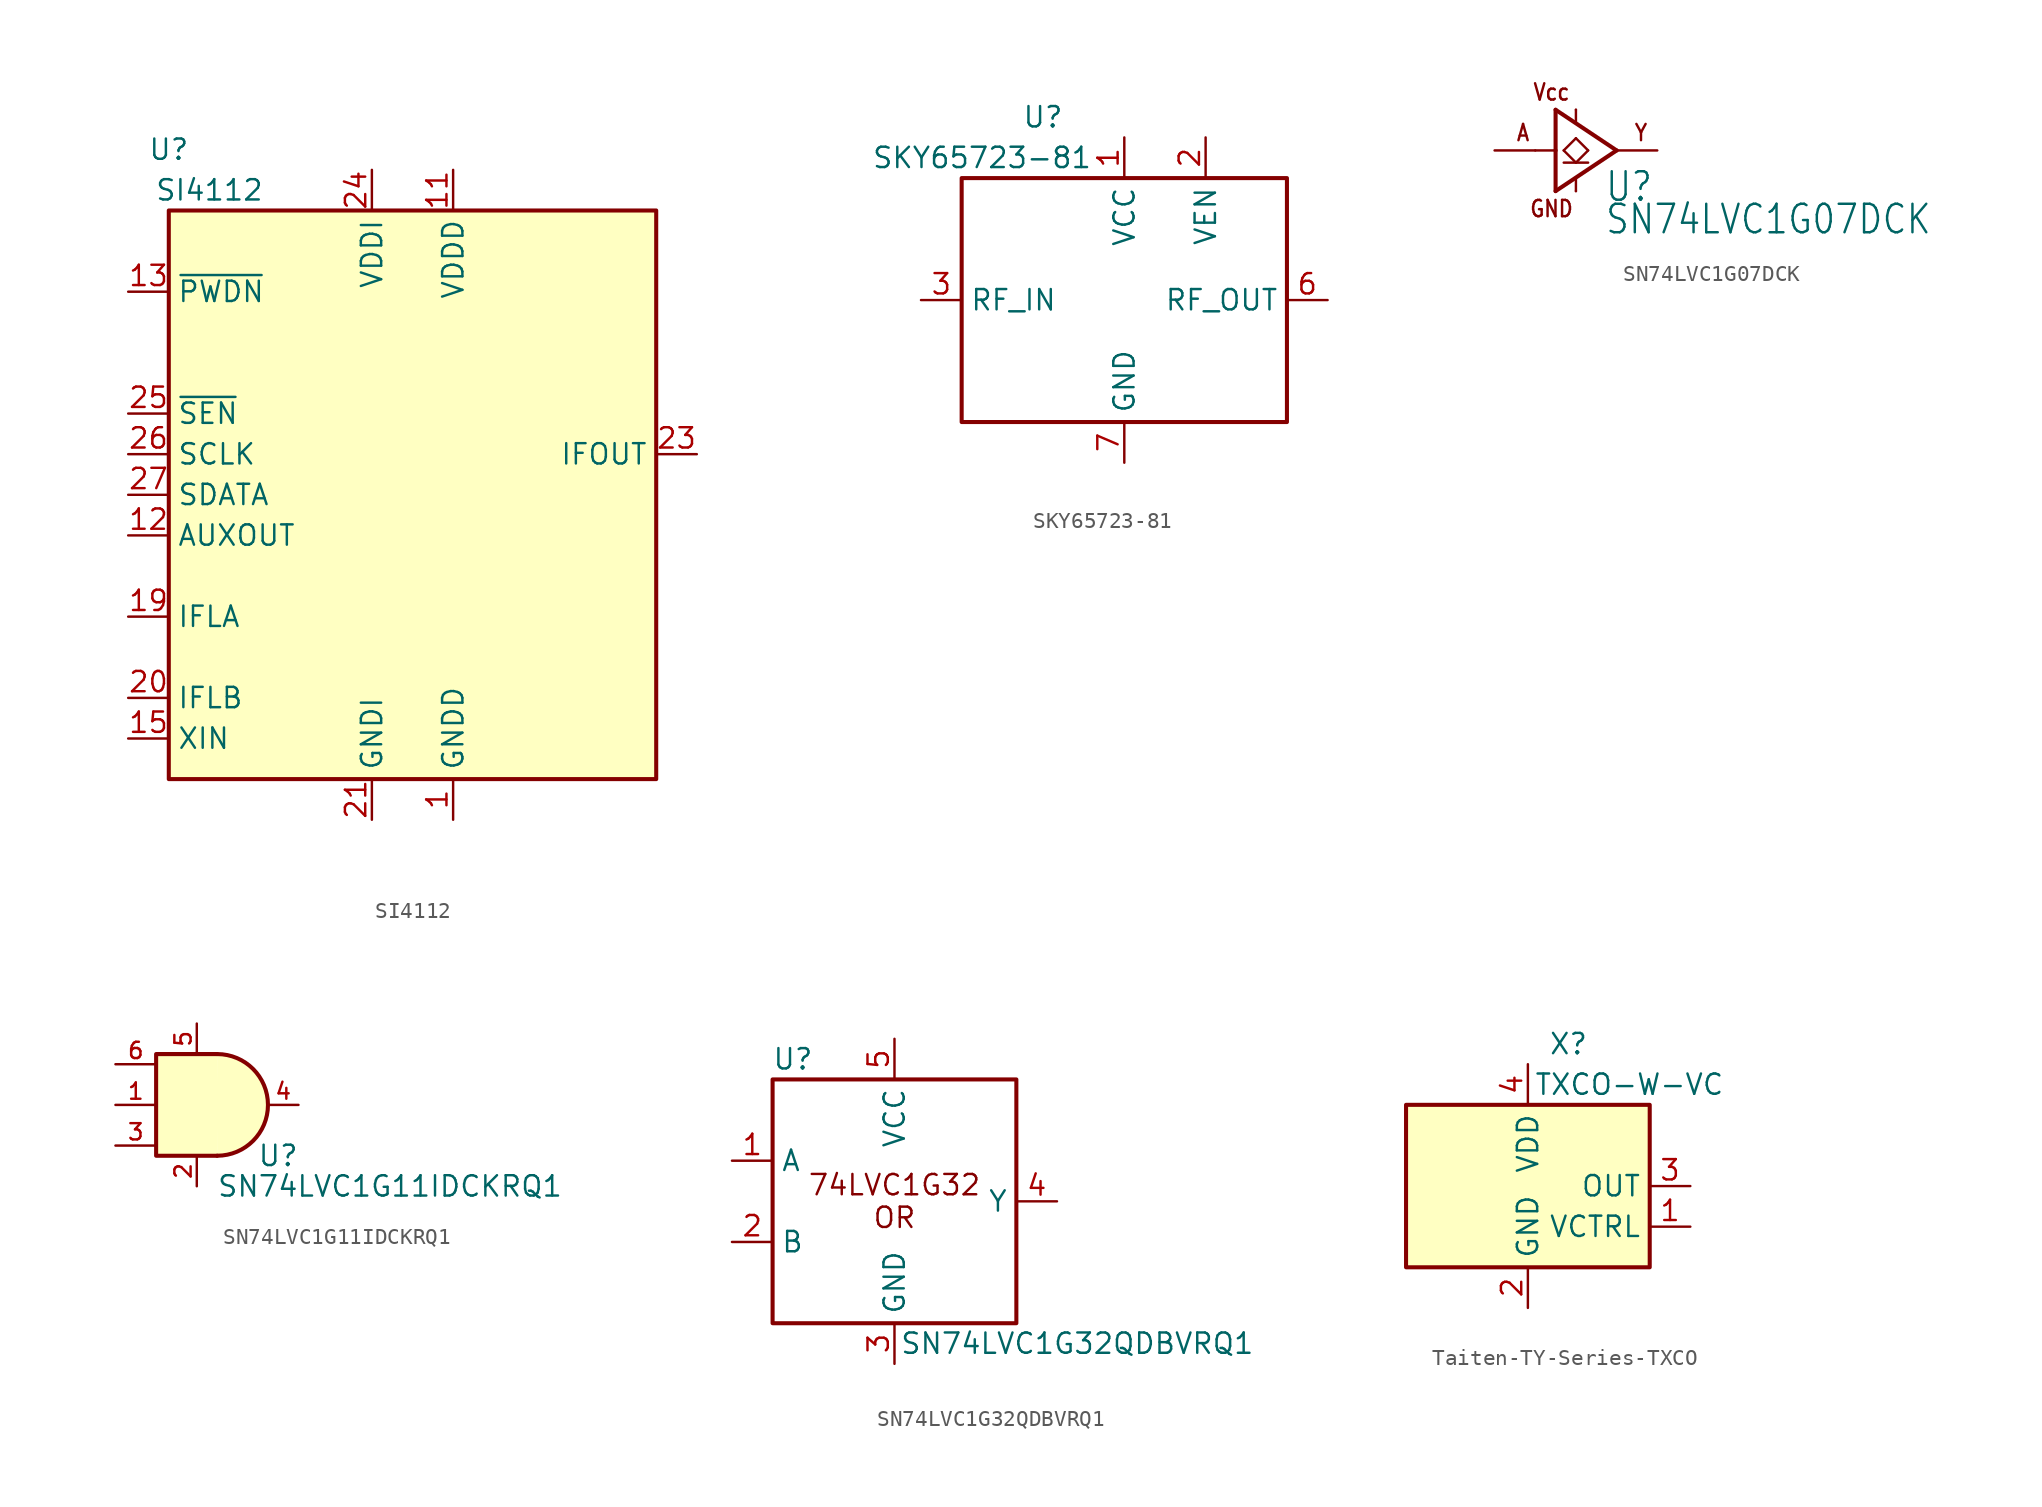
<source format=kicad_sym>
(kicad_symbol_lib
  (version 20220914)
  (generator kicad_symbol_editor)
  (symbol "SI4112"
    (property "Reference" "U"
      (at -15.24 21.59 0)
      (effects (font (size 1.27 1.27))))
    (property "Value" "SI4112"
      (at -12.7 19.05 0)
      (effects (font (size 1.27 1.27))))
    (symbol "SI4112_1_1"
      (rectangle (start -15.24 17.78) (end 15.24 -17.78) (stroke (width 0.254) (type default)) (fill (type background)))
      (pin power_in line (at 2.54 -20.32 90) (length 2.54) (name "GNDD" (effects (font (size 1.27 1.27)))) (number "1" (effects (font (size 1.27 1.27)))))
      (pin passive line (at 2.54 -20.32 90) (length 2.54) hide (name "GNDD" (effects (font (size 1.27 1.27)))) (number "10" (effects (font (size 1.27 1.27)))))
      (pin power_in line (at 2.54 20.32 270) (length 2.54) (name "VDDD" (effects (font (size 1.27 1.27)))) (number "11" (effects (font (size 1.27 1.27)))))
      (pin output line (at -17.78 -2.54 0) (length 2.54) (name "AUXOUT" (effects (font (size 1.27 1.27)))) (number "12" (effects (font (size 1.27 1.27)))))
      (pin input line (at -17.78 12.7 0) (length 2.54) (name "~{PWDN}" (effects (font (size 1.27 1.27)))) (number "13" (effects (font (size 1.27 1.27)))))
      (pin passive line (at 2.54 -20.32 90) (length 2.54) hide (name "GNDD" (effects (font (size 1.27 1.27)))) (number "14" (effects (font (size 1.27 1.27)))))
      (pin input line (at -17.78 -15.24 0) (length 2.54) (name "XIN" (effects (font (size 1.27 1.27)))) (number "15" (effects (font (size 1.27 1.27)))))
      (pin passive line (at 2.54 -20.32 90) (length 2.54) hide (name "GNDD" (effects (font (size 1.27 1.27)))) (number "16" (effects (font (size 1.27 1.27)))))
      (pin passive line (at 2.54 20.32 270) (length 2.54) hide (name "VDDD" (effects (font (size 1.27 1.27)))) (number "17" (effects (font (size 1.27 1.27)))))
      (pin passive line (at 2.54 -20.32 90) (length 2.54) hide (name "GNDD" (effects (font (size 1.27 1.27)))) (number "18" (effects (font (size 1.27 1.27)))))
      (pin passive line (at -17.78 -7.62 0) (length 2.54) (name "IFLA" (effects (font (size 1.27 1.27)))) (number "19" (effects (font (size 1.27 1.27)))))
      (pin passive line (at 2.54 -20.32 90) (length 2.54) hide (name "GNDD" (effects (font (size 1.27 1.27)))) (number "2" (effects (font (size 1.27 1.27)))))
      (pin passive line (at -17.78 -12.7 0) (length 2.54) (name "IFLB" (effects (font (size 1.27 1.27)))) (number "20" (effects (font (size 1.27 1.27)))))
      (pin power_in line (at -2.54 -20.32 90) (length 2.54) (name "GNDI" (effects (font (size 1.27 1.27)))) (number "21" (effects (font (size 1.27 1.27)))))
      (pin passive line (at -2.54 -20.32 90) (length 2.54) hide (name "GNDI" (effects (font (size 1.27 1.27)))) (number "22" (effects (font (size 1.27 1.27)))))
      (pin output line (at 17.78 2.54 180) (length 2.54) (name "IFOUT" (effects (font (size 1.27 1.27)))) (number "23" (effects (font (size 1.27 1.27)))))
      (pin power_in line (at -2.54 20.32 270) (length 2.54) (name "VDDI" (effects (font (size 1.27 1.27)))) (number "24" (effects (font (size 1.27 1.27)))))
      (pin input line (at -17.78 5.08 0) (length 2.54) (name "~{SEN}" (effects (font (size 1.27 1.27)))) (number "25" (effects (font (size 1.27 1.27)))))
      (pin input line (at -17.78 2.54 0) (length 2.54) (name "SCLK" (effects (font (size 1.27 1.27)))) (number "26" (effects (font (size 1.27 1.27)))))
      (pin input line (at -17.78 0 0) (length 2.54) (name "SDATA" (effects (font (size 1.27 1.27)))) (number "27" (effects (font (size 1.27 1.27)))))
      (pin passive line (at 2.54 -20.32 90) (length 2.54) hide (name "GNDD" (effects (font (size 1.27 1.27)))) (number "28" (effects (font (size 1.27 1.27)))))
      (pin power_in line (at 2.54 -20.32 90) (length 2.54) hide (name "GNDD" (effects (font (size 1.27 1.27)))) (number "29" (effects (font (size 1.27 1.27)))))
      (pin passive line (at 2.54 -20.32 90) (length 2.54) hide (name "GNDD" (effects (font (size 1.27 1.27)))) (number "3" (effects (font (size 1.27 1.27)))))
      (pin passive line (at 2.54 -20.32 90) (length 2.54) hide (name "GNDD" (effects (font (size 1.27 1.27)))) (number "4" (effects (font (size 1.27 1.27)))))
      (pin passive line (at 2.54 -20.32 90) (length 2.54) hide (name "GNDD" (effects (font (size 1.27 1.27)))) (number "5" (effects (font (size 1.27 1.27)))))
      (pin passive line (at 2.54 -20.32 90) (length 2.54) hide (name "GNDD" (effects (font (size 1.27 1.27)))) (number "6" (effects (font (size 1.27 1.27)))))
      (pin passive line (at 2.54 -20.32 90) (length 2.54) hide (name "GNDD" (effects (font (size 1.27 1.27)))) (number "7" (effects (font (size 1.27 1.27)))))
      (pin passive line (at 2.54 -20.32 90) (length 2.54) hide (name "GNDD" (effects (font (size 1.27 1.27)))) (number "8" (effects (font (size 1.27 1.27)))))
      (pin passive line (at 2.54 -20.32 90) (length 2.54) hide (name "GNDD" (effects (font (size 1.27 1.27)))) (number "9" (effects (font (size 1.27 1.27)))))))
  (symbol "SKY65723-81"
    (property "Reference" "U"
      (at -5.08 11.43 0)
      (effects (font (size 1.27 1.27))))
    (property "Value" "SKY65723-81"
      (at -8.89 8.89 0)
      (effects (font (size 1.27 1.27))))
    (symbol "SKY65723-81_0_1"
      (rectangle (start -10.16 7.62) (end 10.16 -7.62) (stroke (width 0.254) (type default)) (fill (type none))))
    (symbol "SKY65723-81_1_0"
      (pin power_in line (at 0 10.16 270) (length 2.54) (name "VCC" (effects (font (size 1.27 1.27)))) (number "1" (effects (font (size 1.27 1.27)))))
      (pin input line (at 5.08 10.16 270) (length 2.54) (name "VEN" (effects (font (size 1.27 1.27)))) (number "2" (effects (font (size 1.27 1.27)))))
      (pin input line (at -12.7 0 0) (length 2.54) (name "RF_IN" (effects (font (size 1.27 1.27)))) (number "3" (effects (font (size 1.27 1.27)))))
      (pin output line (at 12.7 0 180) (length 2.54) (name "RF_OUT" (effects (font (size 1.27 1.27)))) (number "6" (effects (font (size 1.27 1.27)))))
      (pin power_in line (at 0 -10.16 90) (length 2.54) (name "GND" (effects (font (size 1.27 1.27)))) (number "7" (effects (font (size 1.27 1.27)))))))
  (symbol "SN74LVC1G07DCK"
    (property "Reference" "U"
      (at 1.778 -3.302 0)
      (effects (font (size 1.778 1.511)) (justify left bottom)))
    (property "Value" "SN74LVC1G07DCK"
      (at 1.778 -5.334 0)
      (effects (font (size 1.778 1.511)) (justify left bottom)))
    (symbol "SN74LVC1G07DCK_1_0"
      (polyline (pts (xy -2.54 0) (xy -1.27 0)) (stroke (width 0.152) (type default)) (fill (type none)))
      (polyline (pts (xy -1.27 -2.54) (xy 2.54 0)) (stroke (width 0.254) (type default)) (fill (type none)))
      (polyline (pts (xy -1.27 0) (xy -1.27 -2.54)) (stroke (width 0.254) (type default)) (fill (type none)))
      (polyline (pts (xy -1.27 2.54) (xy -1.27 0)) (stroke (width 0.254) (type default)) (fill (type none)))
      (polyline (pts (xy -0.762 -0.762) (xy 0.762 -0.762)) (stroke (width 0.152) (type default)) (fill (type none)))
      (polyline (pts (xy -0.762 0) (xy 0 0.762)) (stroke (width 0.152) (type default)) (fill (type none)))
      (polyline (pts (xy 0 -1.778) (xy 0 -2.54)) (stroke (width 0.152) (type default)) (fill (type none)))
      (polyline (pts (xy 0 -0.762) (xy -0.762 0)) (stroke (width 0.152) (type default)) (fill (type none)))
      (polyline (pts (xy 0 0.762) (xy 0.762 0)) (stroke (width 0.152) (type default)) (fill (type none)))
      (polyline (pts (xy 0 2.54) (xy 0 1.778)) (stroke (width 0.152) (type default)) (fill (type none)))
      (polyline (pts (xy 0.762 0) (xy 0 -0.762)) (stroke (width 0.152) (type default)) (fill (type none)))
      (polyline (pts (xy 2.54 0) (xy -1.27 2.54)) (stroke (width 0.254) (type default)) (fill (type none)))
      (text "A" (at -3.302 0.508 0) (effects (font (size 1.016 0.864)) (justify bottom)))
      (text "GND" (at -1.524 -3.048 0) (effects (font (size 1.016 0.864)) (justify top)))
      (text "Vcc" (at -1.524 3.048 0) (effects (font (size 1.016 0.864)) (justify bottom)))
      (text "Y" (at 4.064 0.508 0) (effects (font (size 1.016 0.864)) (justify bottom)))
      (pin bidirectional line (at -5.08 0 0) (length 2.54) (name "A" (effects (font (size 0 0)))) (number "2" (effects (font (size 0 0)))))
      (pin bidirectional line (at 0 -2.54 0) (length 0) (name "GND" (effects (font (size 0 0)))) (number "3" (effects (font (size 0 0)))))
      (pin bidirectional line (at 5.08 0 180) (length 2.54) (name "Y" (effects (font (size 0 0)))) (number "4" (effects (font (size 0 0)))))
      (pin bidirectional line (at 0 2.54 0) (length 0) (name "VCC" (effects (font (size 0 0)))) (number "5" (effects (font (size 0 0)))))))
  (symbol "SN74LVC1G11IDCKRQ1"
    (property "Reference" "U"
      (at 5.08 -3.175 0)
      (effects (font (size 1.27 1.27))))
    (property "Value" "SN74LVC1G11IDCKRQ1"
      (at 12.065 -5.08 0)
      (effects (font (size 1.27 1.27))))
    (symbol "SN74LVC1G11IDCKRQ1_1_1"
      (polyline (pts (xy 1.27 -3.175) (xy -2.54 -3.175) (xy -2.54 3.175) (xy 1.27 3.175)) (stroke (width 0.254) (type default)) (fill (type background)))
      (arc (start 1.27 -3.175) (mid 4.4312 0) (end 1.27 3.175) (stroke (width 0.254) (type default)) (fill (type background)))
      (pin input line (at -5.08 0 0) (length 2.54) (name "~" (effects (font (size 1.016 1.016)))) (number "1" (effects (font (size 1.016 1.016)))))
      (pin power_in line (at 0 -5.08 90) (length 1.905) (name "~" (effects (font (size 1.016 1.016)))) (number "2" (effects (font (size 1.016 1.016)))))
      (pin input line (at -5.08 -2.54 0) (length 2.54) (name "~" (effects (font (size 1.016 1.016)))) (number "3" (effects (font (size 1.016 1.016)))))
      (pin output line (at 6.35 0 180) (length 1.905) (name "~" (effects (font (size 1.016 1.016)))) (number "4" (effects (font (size 1.016 1.016)))))
      (pin power_in line (at 0 5.08 270) (length 1.905) (name "~" (effects (font (size 1.016 1.016)))) (number "5" (effects (font (size 1.016 1.016)))))
      (pin input line (at -5.08 2.54 0) (length 2.54) (name "~" (effects (font (size 1.016 1.016)))) (number "6" (effects (font (size 1.016 1.016)))))))
  (symbol "SN74LVC1G32QDBVRQ1"
    (property "Reference" "U"
      (at -6.35 8.89 0)
      (effects (font (size 1.27 1.27))))
    (property "Value" "SN74LVC1G32QDBVRQ1"
      (at 11.43 -8.89 0)
      (effects (font (size 1.27 1.27))))
    (symbol "SN74LVC1G32QDBVRQ1_0_1"
      (rectangle (start -7.62 7.62) (end 7.62 -7.62) (stroke (width 0.254) (type default)) (fill (type none)))
      (text "74LVC1G32\nOR" (at 0 0 0) (effects (font (size 1.27 1.27)))))
    (symbol "SN74LVC1G32QDBVRQ1_1_1"
      (pin input line (at -10.16 2.54 0) (length 2.54) (name "A" (effects (font (size 1.27 1.27)))) (number "1" (effects (font (size 1.27 1.27)))))
      (pin input line (at -10.16 -2.54 0) (length 2.54) (name "B" (effects (font (size 1.27 1.27)))) (number "2" (effects (font (size 1.27 1.27)))))
      (pin power_in line (at 0 -10.16 90) (length 2.54) (name "GND" (effects (font (size 1.27 1.27)))) (number "3" (effects (font (size 1.27 1.27)))))
      (pin output line (at 10.16 0 180) (length 2.54) (name "Y" (effects (font (size 1.27 1.27)))) (number "4" (effects (font (size 1.27 1.27)))))
      (pin power_in line (at 0 10.16 270) (length 2.54) (name "VCC" (effects (font (size 1.27 1.27)))) (number "5" (effects (font (size 1.27 1.27)))))))
  (symbol "Taiten-TY-Series-TXCO"
    (property "Reference" "X"
      (at 2.54 8.89 0)
      (effects (font (size 1.27 1.27))))
    (property "Value" "TXCO-W-VC"
      (at 6.35 6.35 0)
      (effects (font (size 1.27 1.27))))
    (symbol "Taiten-TY-Series-TXCO_1_1"
      (rectangle (start -7.62 5.08) (end 7.62 -5.08) (stroke (width 0.254) (type default)) (fill (type background)))
      (pin passive line (at 10.16 -2.54 180) (length 2.54) (name "VCTRL" (effects (font (size 1.27 1.27)))) (number "1" (effects (font (size 1.27 1.27)))))
      (pin power_in line (at 0 -7.62 90) (length 2.54) (name "GND" (effects (font (size 1.27 1.27)))) (number "2" (effects (font (size 1.27 1.27)))))
      (pin output line (at 10.16 0 180) (length 2.54) (name "OUT" (effects (font (size 1.27 1.27)))) (number "3" (effects (font (size 1.27 1.27)))))
      (pin power_in line (at 0 7.62 270) (length 2.54) (name "VDD" (effects (font (size 1.27 1.27)))) (number "4" (effects (font (size 1.27 1.27))))))))
</source>
